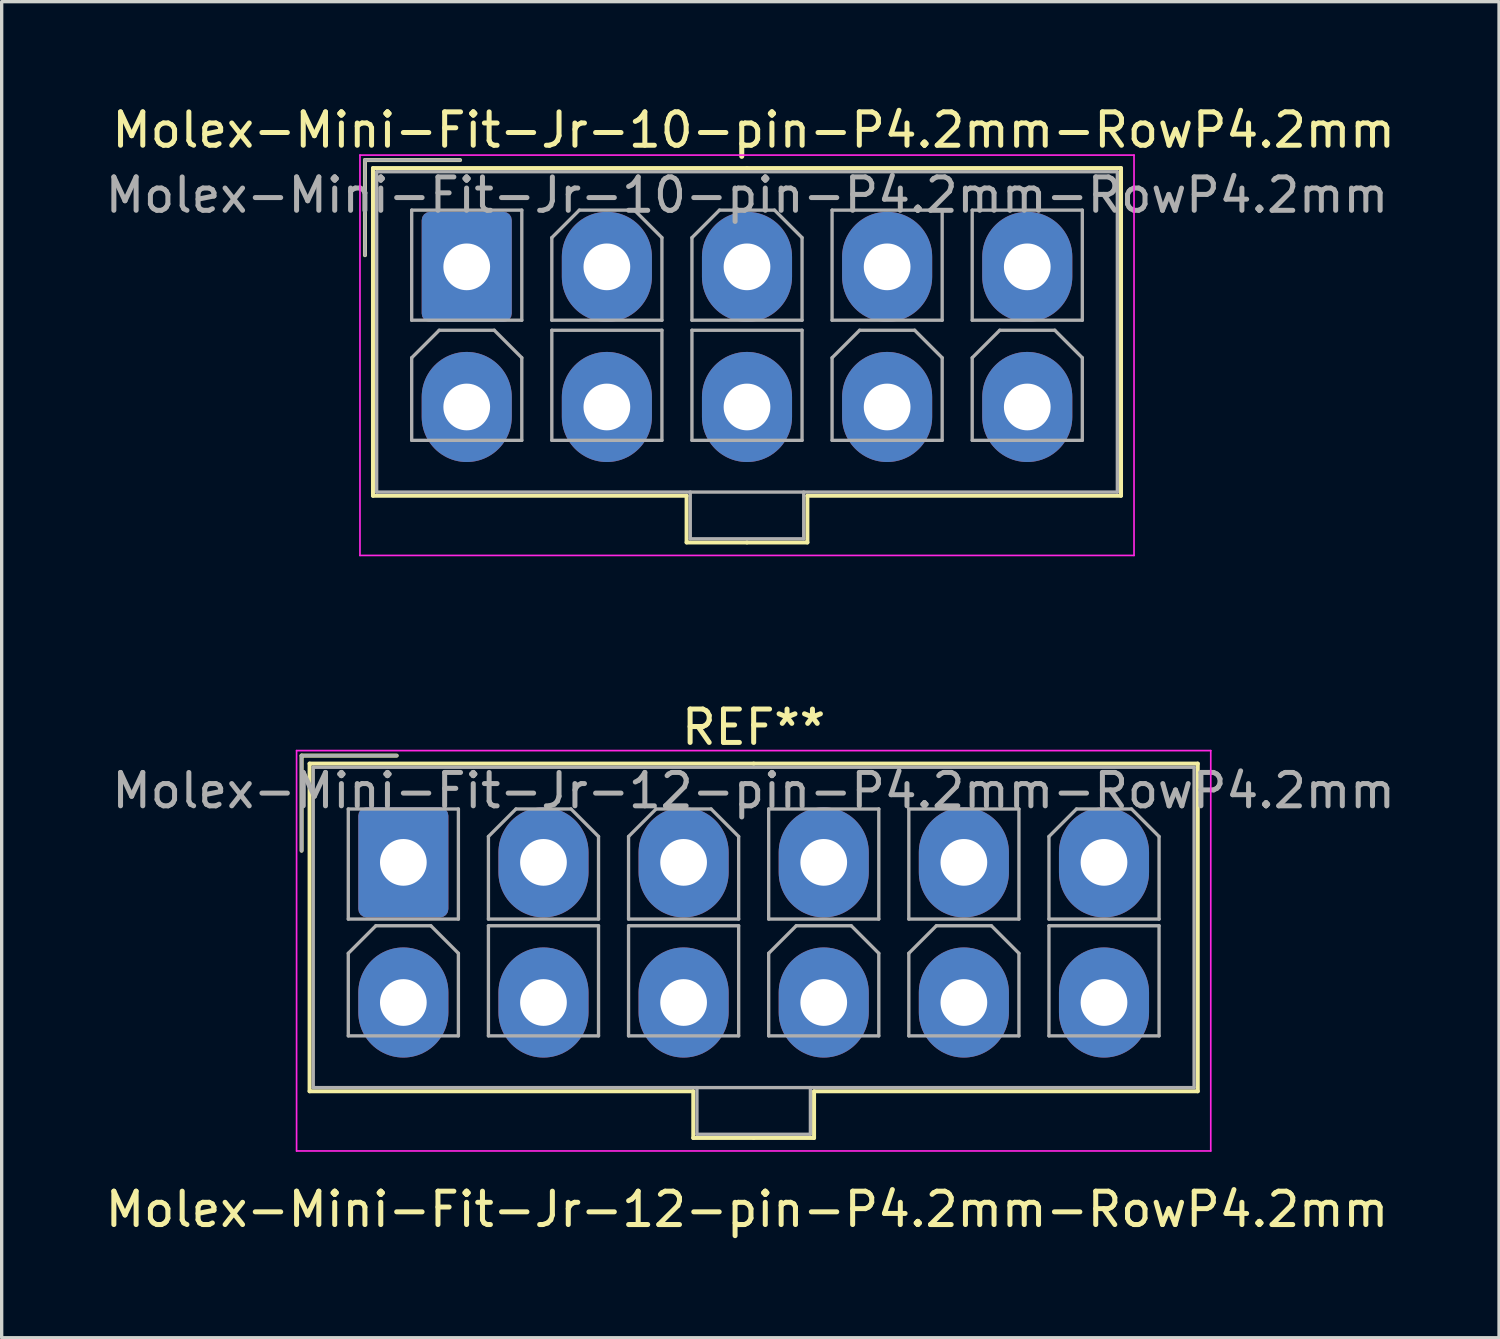
<source format=kicad_pcb>
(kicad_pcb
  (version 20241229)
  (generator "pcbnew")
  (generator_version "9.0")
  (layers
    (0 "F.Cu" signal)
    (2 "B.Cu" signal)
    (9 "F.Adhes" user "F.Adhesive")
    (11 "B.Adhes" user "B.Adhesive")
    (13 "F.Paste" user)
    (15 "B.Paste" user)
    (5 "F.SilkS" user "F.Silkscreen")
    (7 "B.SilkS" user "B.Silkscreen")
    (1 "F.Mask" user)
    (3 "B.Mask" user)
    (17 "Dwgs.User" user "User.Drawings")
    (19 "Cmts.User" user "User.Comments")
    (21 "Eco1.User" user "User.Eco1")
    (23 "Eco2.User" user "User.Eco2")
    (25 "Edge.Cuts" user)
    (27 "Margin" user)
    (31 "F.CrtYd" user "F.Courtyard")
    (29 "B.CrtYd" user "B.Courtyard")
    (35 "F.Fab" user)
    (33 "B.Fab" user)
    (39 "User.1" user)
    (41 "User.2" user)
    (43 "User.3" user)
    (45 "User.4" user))
  (footprint "Molex-Mini-Fit-Jr-10-pin-P4.2mm-RowP4.2mm"
    (layer "F.Cu")
    (at 19.539 14.648)
    (property "Reference" "Molex-Mini-Fit-Jr-10-pin-P4.2mm-RowP4.2mm" (at 0 -13.8 0) (layer "F.SilkS") (effects (font (size 1 1) (thickness 0.15))))
    (attr through_hole)
    (fp_line (start -11.65 -12.9) (end -11.65 -10.05) (stroke (width 0.12) (type solid)) (layer "F.SilkS"))
    (fp_line (start -11.41 -12.66) (end -11.41 -2.84) (stroke (width 0.12) (type solid)) (layer "F.SilkS"))
    (fp_line (start -11.41 -2.84) (end -2.01 -2.84) (stroke (width 0.12) (type solid)) (layer "F.SilkS"))
    (fp_line (start -8.8 -12.9) (end -11.65 -12.9) (stroke (width 0.12) (type solid)) (layer "F.SilkS"))
    (fp_line (start -2.01 -2.84) (end -2.01 -1.44) (stroke (width 0.12) (type solid)) (layer "F.SilkS"))
    (fp_line (start -2.01 -1.44) (end -0.2 -1.44) (stroke (width 0.12) (type solid)) (layer "F.SilkS"))
    (fp_line (start -0.2 -12.66) (end -11.41 -12.66) (stroke (width 0.12) (type solid)) (layer "F.SilkS"))
    (fp_line (start -0.2 -12.66) (end 11.01 -12.66) (stroke (width 0.12) (type solid)) (layer "F.SilkS"))
    (fp_line (start 1.61 -2.84) (end 1.61 -1.44) (stroke (width 0.12) (type solid)) (layer "F.SilkS"))
    (fp_line (start 1.61 -1.44) (end -0.2 -1.44) (stroke (width 0.12) (type solid)) (layer "F.SilkS"))
    (fp_line (start 11.01 -12.66) (end 11.01 -2.84) (stroke (width 0.12) (type solid)) (layer "F.SilkS"))
    (fp_line (start 11.01 -2.84) (end 1.61 -2.84) (stroke (width 0.12) (type solid)) (layer "F.SilkS"))
    (fp_line (start -11.8 -13.05) (end -11.8 -1.05) (stroke (width 0.05) (type solid)) (layer "F.CrtYd"))
    (fp_line (start -11.8 -1.05) (end 11.4 -1.05) (stroke (width 0.05) (type solid)) (layer "F.CrtYd"))
    (fp_line (start 11.4 -13.05) (end -11.8 -13.05) (stroke (width 0.05) (type solid)) (layer "F.CrtYd"))
    (fp_line (start 11.4 -1.05) (end 11.4 -13.05) (stroke (width 0.05) (type solid)) (layer "F.CrtYd"))
    (fp_line (start -11.65 -12.9) (end -11.65 -10.05) (stroke (width 0.1) (type solid)) (layer "F.Fab"))
    (fp_line (start -11.3 -12.55) (end -11.3 -2.95) (stroke (width 0.1) (type solid)) (layer "F.Fab"))
    (fp_line (start -11.3 -2.95) (end 10.9 -2.95) (stroke (width 0.1) (type solid)) (layer "F.Fab"))
    (fp_line (start -10.25 -11.4) (end -10.25 -8.1) (stroke (width 0.1) (type solid)) (layer "F.Fab"))
    (fp_line (start -10.25 -8.1) (end -6.95 -8.1) (stroke (width 0.1) (type solid)) (layer "F.Fab"))
    (fp_line (start -10.25 -6.975) (end -9.425 -7.8) (stroke (width 0.1) (type solid)) (layer "F.Fab"))
    (fp_line (start -10.25 -4.5) (end -10.25 -6.975) (stroke (width 0.1) (type solid)) (layer "F.Fab"))
    (fp_line (start -9.425 -7.8) (end -7.775 -7.8) (stroke (width 0.1) (type solid)) (layer "F.Fab"))
    (fp_line (start -8.8 -12.9) (end -11.65 -12.9) (stroke (width 0.1) (type solid)) (layer "F.Fab"))
    (fp_line (start -7.775 -7.8) (end -6.95 -6.975) (stroke (width 0.1) (type solid)) (layer "F.Fab"))
    (fp_line (start -6.95 -11.4) (end -10.25 -11.4) (stroke (width 0.1) (type solid)) (layer "F.Fab"))
    (fp_line (start -6.95 -8.1) (end -6.95 -11.4) (stroke (width 0.1) (type solid)) (layer "F.Fab"))
    (fp_line (start -6.95 -6.975) (end -6.95 -4.5) (stroke (width 0.1) (type solid)) (layer "F.Fab"))
    (fp_line (start -6.95 -4.5) (end -10.25 -4.5) (stroke (width 0.1) (type solid)) (layer "F.Fab"))
    (fp_line (start -6.05 -10.575) (end -5.225 -11.4) (stroke (width 0.1) (type solid)) (layer "F.Fab"))
    (fp_line (start -6.05 -8.1) (end -6.05 -10.575) (stroke (width 0.1) (type solid)) (layer "F.Fab"))
    (fp_line (start -6.05 -7.8) (end -6.05 -4.5) (stroke (width 0.1) (type solid)) (layer "F.Fab"))
    (fp_line (start -6.05 -4.5) (end -2.75 -4.5) (stroke (width 0.1) (type solid)) (layer "F.Fab"))
    (fp_line (start -5.225 -11.4) (end -3.575 -11.4) (stroke (width 0.1) (type solid)) (layer "F.Fab"))
    (fp_line (start -3.575 -11.4) (end -2.75 -10.575) (stroke (width 0.1) (type solid)) (layer "F.Fab"))
    (fp_line (start -2.75 -10.575) (end -2.75 -8.1) (stroke (width 0.1) (type solid)) (layer "F.Fab"))
    (fp_line (start -2.75 -8.1) (end -6.05 -8.1) (stroke (width 0.1) (type solid)) (layer "F.Fab"))
    (fp_line (start -2.75 -7.8) (end -6.05 -7.8) (stroke (width 0.1) (type solid)) (layer "F.Fab"))
    (fp_line (start -2.75 -4.5) (end -2.75 -7.8) (stroke (width 0.1) (type solid)) (layer "F.Fab"))
    (fp_line (start -1.9 -2.95) (end -1.9 -1.55) (stroke (width 0.1) (type solid)) (layer "F.Fab"))
    (fp_line (start -1.9 -1.55) (end 1.5 -1.55) (stroke (width 0.1) (type solid)) (layer "F.Fab"))
    (fp_line (start -1.85 -10.575) (end -1.025 -11.4) (stroke (width 0.1) (type solid)) (layer "F.Fab"))
    (fp_line (start -1.85 -8.1) (end -1.85 -10.575) (stroke (width 0.1) (type solid)) (layer "F.Fab"))
    (fp_line (start -1.85 -7.8) (end -1.85 -4.5) (stroke (width 0.1) (type solid)) (layer "F.Fab"))
    (fp_line (start -1.85 -4.5) (end 1.45 -4.5) (stroke (width 0.1) (type solid)) (layer "F.Fab"))
    (fp_line (start -1.025 -11.4) (end 0.625 -11.4) (stroke (width 0.1) (type solid)) (layer "F.Fab"))
    (fp_line (start 0.625 -11.4) (end 1.45 -10.575) (stroke (width 0.1) (type solid)) (layer "F.Fab"))
    (fp_line (start 1.45 -10.575) (end 1.45 -8.1) (stroke (width 0.1) (type solid)) (layer "F.Fab"))
    (fp_line (start 1.45 -8.1) (end -1.85 -8.1) (stroke (width 0.1) (type solid)) (layer "F.Fab"))
    (fp_line (start 1.45 -7.8) (end -1.85 -7.8) (stroke (width 0.1) (type solid)) (layer "F.Fab"))
    (fp_line (start 1.45 -4.5) (end 1.45 -7.8) (stroke (width 0.1) (type solid)) (layer "F.Fab"))
    (fp_line (start 1.5 -1.55) (end 1.5 -2.95) (stroke (width 0.1) (type solid)) (layer "F.Fab"))
    (fp_line (start 2.35 -11.4) (end 2.35 -8.1) (stroke (width 0.1) (type solid)) (layer "F.Fab"))
    (fp_line (start 2.35 -8.1) (end 5.65 -8.1) (stroke (width 0.1) (type solid)) (layer "F.Fab"))
    (fp_line (start 2.35 -6.975) (end 3.175 -7.8) (stroke (width 0.1) (type solid)) (layer "F.Fab"))
    (fp_line (start 2.35 -4.5) (end 2.35 -6.975) (stroke (width 0.1) (type solid)) (layer "F.Fab"))
    (fp_line (start 3.175 -7.8) (end 4.825 -7.8) (stroke (width 0.1) (type solid)) (layer "F.Fab"))
    (fp_line (start 4.825 -7.8) (end 5.65 -6.975) (stroke (width 0.1) (type solid)) (layer "F.Fab"))
    (fp_line (start 5.65 -11.4) (end 2.35 -11.4) (stroke (width 0.1) (type solid)) (layer "F.Fab"))
    (fp_line (start 5.65 -8.1) (end 5.65 -11.4) (stroke (width 0.1) (type solid)) (layer "F.Fab"))
    (fp_line (start 5.65 -6.975) (end 5.65 -4.5) (stroke (width 0.1) (type solid)) (layer "F.Fab"))
    (fp_line (start 5.65 -4.5) (end 2.35 -4.5) (stroke (width 0.1) (type solid)) (layer "F.Fab"))
    (fp_line (start 6.55 -11.4) (end 6.55 -8.1) (stroke (width 0.1) (type solid)) (layer "F.Fab"))
    (fp_line (start 6.55 -8.1) (end 9.85 -8.1) (stroke (width 0.1) (type solid)) (layer "F.Fab"))
    (fp_line (start 6.55 -6.975) (end 7.375 -7.8) (stroke (width 0.1) (type solid)) (layer "F.Fab"))
    (fp_line (start 6.55 -4.5) (end 6.55 -6.975) (stroke (width 0.1) (type solid)) (layer "F.Fab"))
    (fp_line (start 7.375 -7.8) (end 9.025 -7.8) (stroke (width 0.1) (type solid)) (layer "F.Fab"))
    (fp_line (start 9.025 -7.8) (end 9.85 -6.975) (stroke (width 0.1) (type solid)) (layer "F.Fab"))
    (fp_line (start 9.85 -11.4) (end 6.55 -11.4) (stroke (width 0.1) (type solid)) (layer "F.Fab"))
    (fp_line (start 9.85 -8.1) (end 9.85 -11.4) (stroke (width 0.1) (type solid)) (layer "F.Fab"))
    (fp_line (start 9.85 -6.975) (end 9.85 -4.5) (stroke (width 0.1) (type solid)) (layer "F.Fab"))
    (fp_line (start 9.85 -4.5) (end 6.55 -4.5) (stroke (width 0.1) (type solid)) (layer "F.Fab"))
    (fp_line (start 10.9 -12.55) (end -11.3 -12.55) (stroke (width 0.1) (type solid)) (layer "F.Fab"))
    (fp_line (start 10.9 -2.95) (end 10.9 -12.55) (stroke (width 0.1) (type solid)) (layer "F.Fab"))
    (fp_text user "${REFERENCE}" (at -0.2 -11.85 0) (layer "F.Fab") (effects (font (size 1 1) (thickness 0.15))))
    (pad "1" thru_hole roundrect (at -8.6 -9.7) (size 2.7 3.3) (drill 1.4) (layers "*.Cu" "*.Mask") (roundrect_rratio 0.093))
    (pad "2" thru_hole oval (at -4.4 -9.7) (size 2.7 3.3) (drill 1.4) (layers "*.Cu" "*.Mask"))
    (pad "3" thru_hole oval (at -0.2 -9.7) (size 2.7 3.3) (drill 1.4) (layers "*.Cu" "*.Mask"))
    (pad "4" thru_hole oval (at 4 -9.7) (size 2.7 3.3) (drill 1.4) (layers "*.Cu" "*.Mask"))
    (pad "5" thru_hole oval (at 8.2 -9.7) (size 2.7 3.3) (drill 1.4) (layers "*.Cu" "*.Mask"))
    (pad "6" thru_hole oval (at -8.6 -5.5) (size 2.7 3.3) (drill 1.4) (layers "*.Cu" "*.Mask"))
    (pad "7" thru_hole oval (at -4.4 -5.5) (size 2.7 3.3) (drill 1.4) (layers "*.Cu" "*.Mask"))
    (pad "8" thru_hole oval (at -0.2 -5.5) (size 2.7 3.3) (drill 1.4) (layers "*.Cu" "*.Mask"))
    (pad "9" thru_hole oval (at 4 -5.5) (size 2.7 3.3) (drill 1.4) (layers "*.Cu" "*.Mask"))
    (pad "10" thru_hole oval (at 8.2 -5.5) (size 2.7 3.3) (drill 1.4) (layers "*.Cu" "*.Mask")))
  (footprint "Molex-Mini-Fit-Jr-12-pin-P4.2mm-RowP4.2mm"
    (layer "F.Cu")
    (at 19.339 32.697)
    (property "Reference" "Molex-Mini-Fit-Jr-12-pin-P4.2mm-RowP4.2mm" (at 0 0.5 0) (layer "F.SilkS") (effects (font (size 1 1) (thickness 0.15))))
    (attr through_hole)
    (fp_line (start -13.35 -13.1) (end -13.35 -10.25) (stroke (width 0.12) (type solid)) (layer "F.SilkS"))
    (fp_line (start -13.11 -12.86) (end -13.11 -3.04) (stroke (width 0.12) (type solid)) (layer "F.SilkS"))
    (fp_line (start -13.11 -3.04) (end -1.61 -3.04) (stroke (width 0.12) (type solid)) (layer "F.SilkS"))
    (fp_line (start -10.5 -13.1) (end -13.35 -13.1) (stroke (width 0.12) (type solid)) (layer "F.SilkS"))
    (fp_line (start -1.61 -3.04) (end -1.61 -1.64) (stroke (width 0.12) (type solid)) (layer "F.SilkS"))
    (fp_line (start -1.61 -1.64) (end 0.2 -1.64) (stroke (width 0.12) (type solid)) (layer "F.SilkS"))
    (fp_line (start 0.2 -12.86) (end -13.11 -12.86) (stroke (width 0.12) (type solid)) (layer "F.SilkS"))
    (fp_line (start 0.2 -12.86) (end 13.51 -12.86) (stroke (width 0.12) (type solid)) (layer "F.SilkS"))
    (fp_line (start 2.01 -3.04) (end 2.01 -1.64) (stroke (width 0.12) (type solid)) (layer "F.SilkS"))
    (fp_line (start 2.01 -1.64) (end 0.2 -1.64) (stroke (width 0.12) (type solid)) (layer "F.SilkS"))
    (fp_line (start 13.51 -12.86) (end 13.51 -3.04) (stroke (width 0.12) (type solid)) (layer "F.SilkS"))
    (fp_line (start 13.51 -3.04) (end 2.01 -3.04) (stroke (width 0.12) (type solid)) (layer "F.SilkS"))
    (fp_line (start -13.5 -13.25) (end -13.5 -1.25) (stroke (width 0.05) (type solid)) (layer "F.CrtYd"))
    (fp_line (start -13.5 -1.25) (end 13.9 -1.25) (stroke (width 0.05) (type solid)) (layer "F.CrtYd"))
    (fp_line (start 13.9 -13.25) (end -13.5 -13.25) (stroke (width 0.05) (type solid)) (layer "F.CrtYd"))
    (fp_line (start 13.9 -1.25) (end 13.9 -13.25) (stroke (width 0.05) (type solid)) (layer "F.CrtYd"))
    (fp_line (start -13.35 -13.1) (end -13.35 -10.25) (stroke (width 0.1) (type solid)) (layer "F.Fab"))
    (fp_line (start -13 -12.75) (end -13 -3.15) (stroke (width 0.1) (type solid)) (layer "F.Fab"))
    (fp_line (start -13 -3.15) (end 13.4 -3.15) (stroke (width 0.1) (type solid)) (layer "F.Fab"))
    (fp_line (start -11.95 -11.5) (end -11.95 -8.2) (stroke (width 0.1) (type solid)) (layer "F.Fab"))
    (fp_line (start -11.95 -8.2) (end -8.65 -8.2) (stroke (width 0.1) (type solid)) (layer "F.Fab"))
    (fp_line (start -11.95 -7.175) (end -11.125 -8) (stroke (width 0.1) (type solid)) (layer "F.Fab"))
    (fp_line (start -11.95 -4.7) (end -11.95 -7.175) (stroke (width 0.1) (type solid)) (layer "F.Fab"))
    (fp_line (start -11.125 -8) (end -9.475 -8) (stroke (width 0.1) (type solid)) (layer "F.Fab"))
    (fp_line (start -10.5 -13.1) (end -13.35 -13.1) (stroke (width 0.1) (type solid)) (layer "F.Fab"))
    (fp_line (start -9.475 -8) (end -8.65 -7.175) (stroke (width 0.1) (type solid)) (layer "F.Fab"))
    (fp_line (start -8.65 -11.5) (end -11.95 -11.5) (stroke (width 0.1) (type solid)) (layer "F.Fab"))
    (fp_line (start -8.65 -8.2) (end -8.65 -11.5) (stroke (width 0.1) (type solid)) (layer "F.Fab"))
    (fp_line (start -8.65 -7.175) (end -8.65 -4.7) (stroke (width 0.1) (type solid)) (layer "F.Fab"))
    (fp_line (start -8.65 -4.7) (end -11.95 -4.7) (stroke (width 0.1) (type solid)) (layer "F.Fab"))
    (fp_line (start -7.75 -10.675) (end -6.925 -11.5) (stroke (width 0.1) (type solid)) (layer "F.Fab"))
    (fp_line (start -7.75 -8.2) (end -7.75 -10.675) (stroke (width 0.1) (type solid)) (layer "F.Fab"))
    (fp_line (start -7.75 -8) (end -7.75 -4.7) (stroke (width 0.1) (type solid)) (layer "F.Fab"))
    (fp_line (start -7.75 -4.7) (end -4.45 -4.7) (stroke (width 0.1) (type solid)) (layer "F.Fab"))
    (fp_line (start -6.925 -11.5) (end -5.275 -11.5) (stroke (width 0.1) (type solid)) (layer "F.Fab"))
    (fp_line (start -5.275 -11.5) (end -4.45 -10.675) (stroke (width 0.1) (type solid)) (layer "F.Fab"))
    (fp_line (start -4.45 -10.675) (end -4.45 -8.2) (stroke (width 0.1) (type solid)) (layer "F.Fab"))
    (fp_line (start -4.45 -8.2) (end -7.75 -8.2) (stroke (width 0.1) (type solid)) (layer "F.Fab"))
    (fp_line (start -4.45 -8) (end -7.75 -8) (stroke (width 0.1) (type solid)) (layer "F.Fab"))
    (fp_line (start -4.45 -4.7) (end -4.45 -8) (stroke (width 0.1) (type solid)) (layer "F.Fab"))
    (fp_line (start -3.55 -10.675) (end -2.725 -11.5) (stroke (width 0.1) (type solid)) (layer "F.Fab"))
    (fp_line (start -3.55 -8.2) (end -3.55 -10.675) (stroke (width 0.1) (type solid)) (layer "F.Fab"))
    (fp_line (start -3.55 -8) (end -3.55 -4.7) (stroke (width 0.1) (type solid)) (layer "F.Fab"))
    (fp_line (start -3.55 -4.7) (end -0.25 -4.7) (stroke (width 0.1) (type solid)) (layer "F.Fab"))
    (fp_line (start -2.725 -11.5) (end -1.075 -11.5) (stroke (width 0.1) (type solid)) (layer "F.Fab"))
    (fp_line (start -1.5 -3.15) (end -1.5 -1.75) (stroke (width 0.1) (type solid)) (layer "F.Fab"))
    (fp_line (start -1.5 -1.75) (end 1.9 -1.75) (stroke (width 0.1) (type solid)) (layer "F.Fab"))
    (fp_line (start -1.075 -11.5) (end -0.25 -10.675) (stroke (width 0.1) (type solid)) (layer "F.Fab"))
    (fp_line (start -0.25 -10.675) (end -0.25 -8.2) (stroke (width 0.1) (type solid)) (layer "F.Fab"))
    (fp_line (start -0.25 -8.2) (end -3.55 -8.2) (stroke (width 0.1) (type solid)) (layer "F.Fab"))
    (fp_line (start -0.25 -8) (end -3.55 -8) (stroke (width 0.1) (type solid)) (layer "F.Fab"))
    (fp_line (start -0.25 -4.7) (end -0.25 -8) (stroke (width 0.1) (type solid)) (layer "F.Fab"))
    (fp_line (start 0.65 -11.5) (end 0.65 -8.2) (stroke (width 0.1) (type solid)) (layer "F.Fab"))
    (fp_line (start 0.65 -8.2) (end 3.95 -8.2) (stroke (width 0.1) (type solid)) (layer "F.Fab"))
    (fp_line (start 0.65 -7.175) (end 1.475 -8) (stroke (width 0.1) (type solid)) (layer "F.Fab"))
    (fp_line (start 0.65 -4.7) (end 0.65 -7.175) (stroke (width 0.1) (type solid)) (layer "F.Fab"))
    (fp_line (start 1.475 -8) (end 3.125 -8) (stroke (width 0.1) (type solid)) (layer "F.Fab"))
    (fp_line (start 1.9 -1.75) (end 1.9 -3.15) (stroke (width 0.1) (type solid)) (layer "F.Fab"))
    (fp_line (start 3.125 -8) (end 3.95 -7.175) (stroke (width 0.1) (type solid)) (layer "F.Fab"))
    (fp_line (start 3.95 -11.5) (end 0.65 -11.5) (stroke (width 0.1) (type solid)) (layer "F.Fab"))
    (fp_line (start 3.95 -8.2) (end 3.95 -11.5) (stroke (width 0.1) (type solid)) (layer "F.Fab"))
    (fp_line (start 3.95 -7.175) (end 3.95 -4.7) (stroke (width 0.1) (type solid)) (layer "F.Fab"))
    (fp_line (start 3.95 -4.7) (end 0.65 -4.7) (stroke (width 0.1) (type solid)) (layer "F.Fab"))
    (fp_line (start 4.85 -11.5) (end 4.85 -8.2) (stroke (width 0.1) (type solid)) (layer "F.Fab"))
    (fp_line (start 4.85 -8.2) (end 8.15 -8.2) (stroke (width 0.1) (type solid)) (layer "F.Fab"))
    (fp_line (start 4.85 -7.175) (end 5.675 -8) (stroke (width 0.1) (type solid)) (layer "F.Fab"))
    (fp_line (start 4.85 -4.7) (end 4.85 -7.175) (stroke (width 0.1) (type solid)) (layer "F.Fab"))
    (fp_line (start 5.675 -8) (end 7.325 -8) (stroke (width 0.1) (type solid)) (layer "F.Fab"))
    (fp_line (start 7.325 -8) (end 8.15 -7.175) (stroke (width 0.1) (type solid)) (layer "F.Fab"))
    (fp_line (start 8.15 -11.5) (end 4.85 -11.5) (stroke (width 0.1) (type solid)) (layer "F.Fab"))
    (fp_line (start 8.15 -8.2) (end 8.15 -11.5) (stroke (width 0.1) (type solid)) (layer "F.Fab"))
    (fp_line (start 8.15 -7.175) (end 8.15 -4.7) (stroke (width 0.1) (type solid)) (layer "F.Fab"))
    (fp_line (start 8.15 -4.7) (end 4.85 -4.7) (stroke (width 0.1) (type solid)) (layer "F.Fab"))
    (fp_line (start 9.05 -10.675) (end 9.875 -11.5) (stroke (width 0.1) (type solid)) (layer "F.Fab"))
    (fp_line (start 9.05 -8.2) (end 9.05 -10.675) (stroke (width 0.1) (type solid)) (layer "F.Fab"))
    (fp_line (start 9.05 -8) (end 9.05 -4.7) (stroke (width 0.1) (type solid)) (layer "F.Fab"))
    (fp_line (start 9.05 -4.7) (end 12.35 -4.7) (stroke (width 0.1) (type solid)) (layer "F.Fab"))
    (fp_line (start 9.875 -11.5) (end 11.525 -11.5) (stroke (width 0.1) (type solid)) (layer "F.Fab"))
    (fp_line (start 11.525 -11.5) (end 12.35 -10.675) (stroke (width 0.1) (type solid)) (layer "F.Fab"))
    (fp_line (start 12.35 -10.675) (end 12.35 -8.2) (stroke (width 0.1) (type solid)) (layer "F.Fab"))
    (fp_line (start 12.35 -8.2) (end 9.05 -8.2) (stroke (width 0.1) (type solid)) (layer "F.Fab"))
    (fp_line (start 12.35 -8) (end 9.05 -8) (stroke (width 0.1) (type solid)) (layer "F.Fab"))
    (fp_line (start 12.35 -4.7) (end 12.35 -8) (stroke (width 0.1) (type solid)) (layer "F.Fab"))
    (fp_line (start 13.4 -12.75) (end -13 -12.75) (stroke (width 0.1) (type solid)) (layer "F.Fab"))
    (fp_line (start 13.4 -3.15) (end 13.4 -12.75) (stroke (width 0.1) (type solid)) (layer "F.Fab"))
    (fp_text user "REF**" (at 0.2 -13.95 0) (layer "F.SilkS") (effects (font (size 1 1) (thickness 0.15))))
    (fp_text user "${REFERENCE}" (at 0.2 -12.05 0) (layer "F.Fab") (effects (font (size 1 1) (thickness 0.15))))
    (pad "1" thru_hole roundrect (at -10.3 -9.9) (size 2.7 3.3) (drill 1.4) (layers "*.Cu" "*.Mask") (roundrect_rratio 0.093))
    (pad "2" thru_hole oval (at -6.1 -9.9) (size 2.7 3.3) (drill 1.4) (layers "*.Cu" "*.Mask"))
    (pad "3" thru_hole oval (at -1.9 -9.9) (size 2.7 3.3) (drill 1.4) (layers "*.Cu" "*.Mask"))
    (pad "4" thru_hole oval (at 2.3 -9.9) (size 2.7 3.3) (drill 1.4) (layers "*.Cu" "*.Mask"))
    (pad "5" thru_hole oval (at 6.5 -9.9) (size 2.7 3.3) (drill 1.4) (layers "*.Cu" "*.Mask"))
    (pad "6" thru_hole oval (at 10.7 -9.9) (size 2.7 3.3) (drill 1.4) (layers "*.Cu" "*.Mask"))
    (pad "7" thru_hole oval (at -10.3 -5.7) (size 2.7 3.3) (drill 1.4) (layers "*.Cu" "*.Mask"))
    (pad "8" thru_hole oval (at -6.1 -5.7) (size 2.7 3.3) (drill 1.4) (layers "*.Cu" "*.Mask"))
    (pad "9" thru_hole oval (at -1.9 -5.7) (size 2.7 3.3) (drill 1.4) (layers "*.Cu" "*.Mask"))
    (pad "10" thru_hole oval (at 2.3 -5.7) (size 2.7 3.3) (drill 1.4) (layers "*.Cu" "*.Mask"))
    (pad "11" thru_hole oval (at 6.5 -5.7) (size 2.7 3.3) (drill 1.4) (layers "*.Cu" "*.Mask"))
    (pad "12" thru_hole oval (at 10.7 -5.7) (size 2.7 3.3) (drill 1.4) (layers "*.Cu" "*.Mask")))
  (gr_rect
    (start -3 -3)
    (end 41.879 37.045)
    (stroke (width 0.1) (type default))
    (fill no)
    (layer "Edge.Cuts")))
</source>
